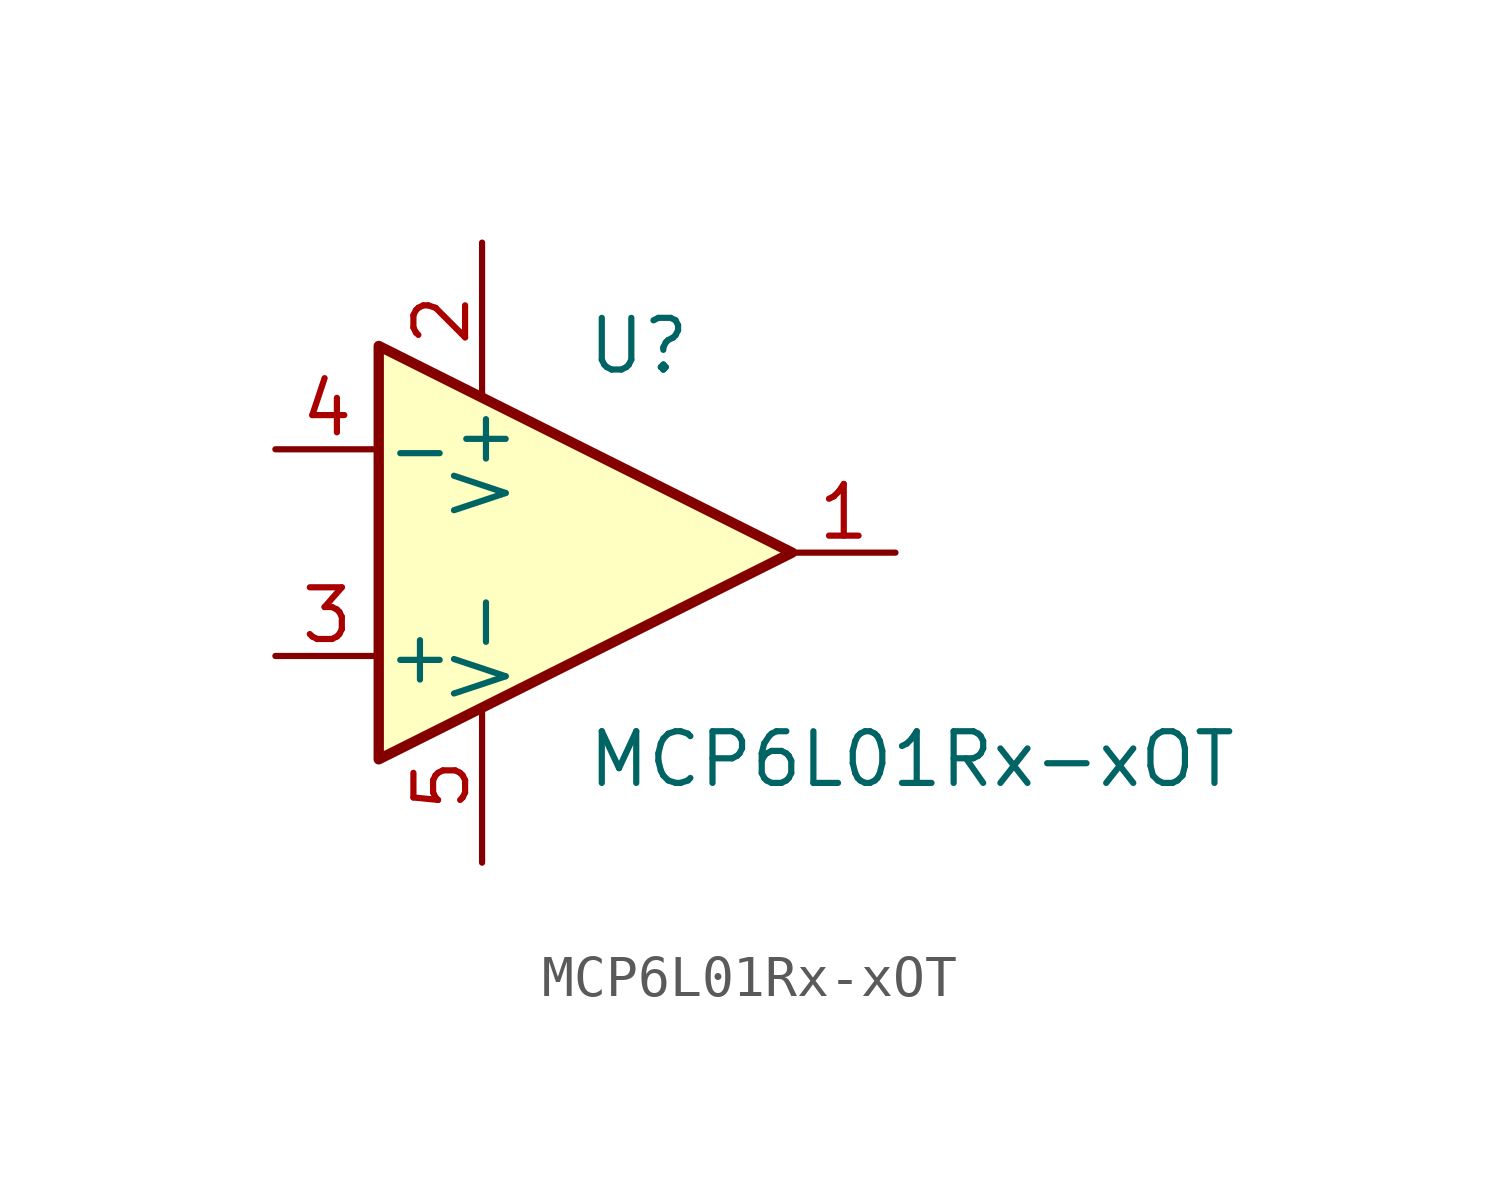
<source format=kicad_sym>
(kicad_symbol_lib
  (version 20210619)
  (generator kicad_symbol_editor)
  (symbol "Amplifier_Operational_Custom:MCP6L01Rx-xOT"
    (pin_names
      (offset 0.127))
    (property "Reference" "U"
      (at 0 5.08 0)
      (effects (font (size 1.27 1.27)) (justify left)))
    (property "Value" "MCP6L01Rx-xOT"
      (at 0 -5.08 0)
      (effects (font (size 1.27 1.27)) (justify left)))
    (symbol "MCP6L01Rx-xOT_0_1"
      (polyline (pts (xy -5.08 5.08) (xy 5.08 0) (xy -5.08 -5.08) (xy -5.08 5.08)) (stroke (width 0.254)) (fill (type background)))
      (pin power_in line (at -2.54 7.62 270) (length 3.81) (name "V+" (effects (font (size 1.27 1.27)))) (number "2" (effects (font (size 1.27 1.27)))))
      (pin power_in line (at -2.54 -7.62 90) (length 3.81) (name "V-" (effects (font (size 1.27 1.27)))) (number "5" (effects (font (size 1.27 1.27))))))
    (symbol "MCP6L01Rx-xOT_1_1"
      (pin output line (at 7.62 0 180) (length 2.54) (name "~" (effects (font (size 1.27 1.27)))) (number "1" (effects (font (size 1.27 1.27)))))
      (pin input line (at -7.62 -2.54 0) (length 2.54) (name "+" (effects (font (size 1.27 1.27)))) (number "3" (effects (font (size 1.27 1.27)))))
      (pin input line (at -7.62 2.54 0) (length 2.54) (name "-" (effects (font (size 1.27 1.27)))) (number "4" (effects (font (size 1.27 1.27))))))))
</source>
